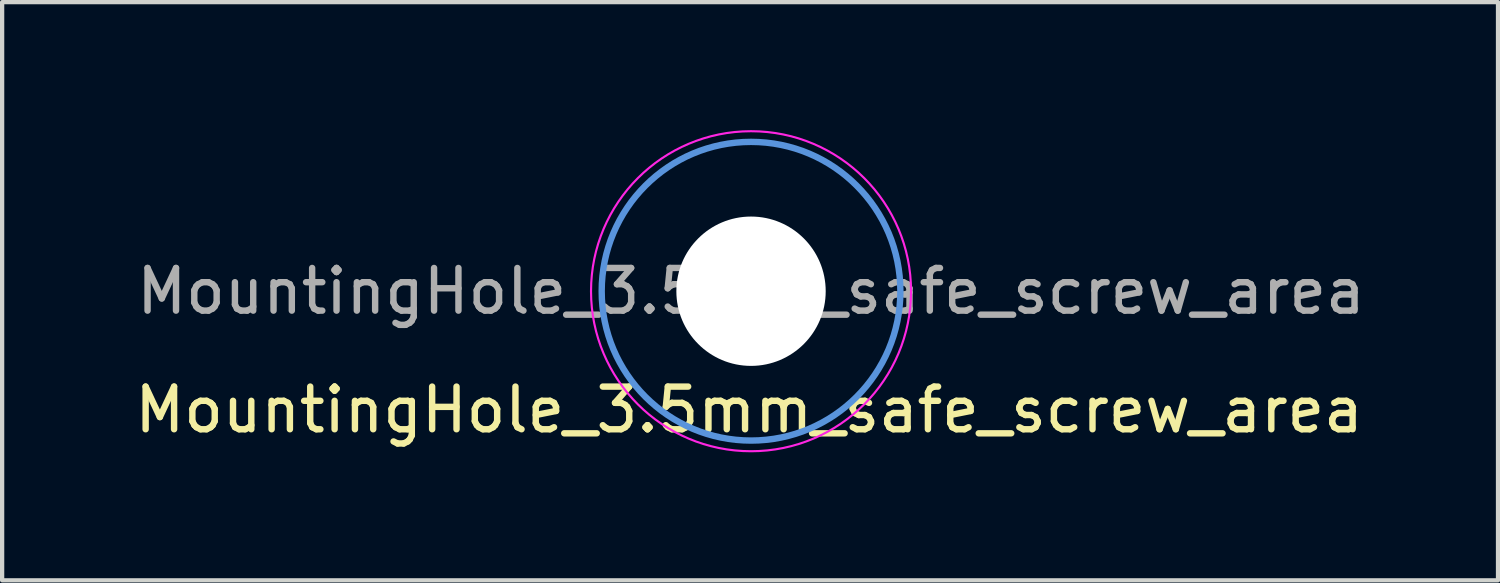
<source format=kicad_pcb>
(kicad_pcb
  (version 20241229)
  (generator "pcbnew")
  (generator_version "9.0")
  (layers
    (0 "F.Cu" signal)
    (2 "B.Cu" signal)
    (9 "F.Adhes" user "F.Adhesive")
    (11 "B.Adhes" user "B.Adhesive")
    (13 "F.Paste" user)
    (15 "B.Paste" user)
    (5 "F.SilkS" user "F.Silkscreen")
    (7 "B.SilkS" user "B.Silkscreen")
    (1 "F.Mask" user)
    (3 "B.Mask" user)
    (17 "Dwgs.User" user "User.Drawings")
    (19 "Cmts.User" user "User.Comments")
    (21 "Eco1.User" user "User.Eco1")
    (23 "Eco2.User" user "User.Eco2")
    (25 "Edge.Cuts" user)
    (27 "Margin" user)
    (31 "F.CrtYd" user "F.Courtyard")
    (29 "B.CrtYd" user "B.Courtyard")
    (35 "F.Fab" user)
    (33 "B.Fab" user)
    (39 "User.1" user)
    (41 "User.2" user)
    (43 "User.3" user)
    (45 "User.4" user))
  (footprint "MountingHole_3.5mm_safe_screw_area"
    (layer "F.Cu")
    (at 14.551 3.775)
    (property "Reference" "MountingHole_3.5mm_safe_screw_area" (at -0.045 2.78 0) (layer "F.SilkS") (effects (font (size 1 1) (thickness 0.15))))
    (attr exclude_from_pos_files)
    (fp_circle (center 0 0) (end 3.5 0) (stroke (width 0.15) (type solid)) (fill no) (layer "Cmts.User"))
    (fp_circle (center 0 0) (end 3.75 0) (stroke (width 0.05) (type solid)) (fill no) (layer "F.CrtYd"))
    (fp_text user "${REFERENCE}" (at 0 0 0) (layer "F.Fab") (effects (font (size 1 1) (thickness 0.15))))
    (pad "" np_thru_hole circle (at 0 0) (size 3.5 3.5) (drill 3.5) (layers "*.Cu" "*.Mask")))
  (gr_rect
    (start -3 -3)
    (end 32.057 10.55)
    (stroke (width 0.1) (type default))
    (fill no)
    (layer "Edge.Cuts")))
</source>
